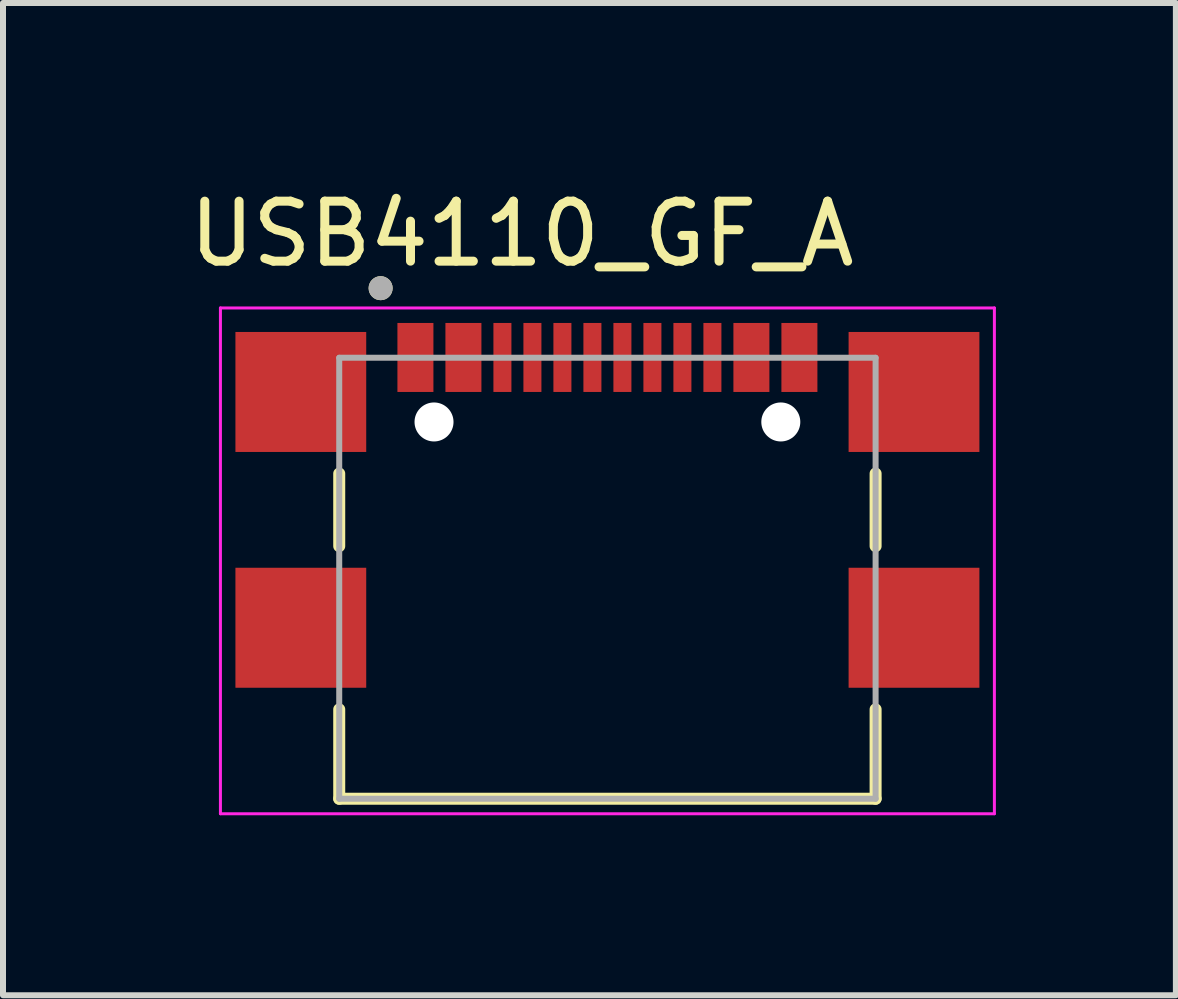
<source format=kicad_pcb>
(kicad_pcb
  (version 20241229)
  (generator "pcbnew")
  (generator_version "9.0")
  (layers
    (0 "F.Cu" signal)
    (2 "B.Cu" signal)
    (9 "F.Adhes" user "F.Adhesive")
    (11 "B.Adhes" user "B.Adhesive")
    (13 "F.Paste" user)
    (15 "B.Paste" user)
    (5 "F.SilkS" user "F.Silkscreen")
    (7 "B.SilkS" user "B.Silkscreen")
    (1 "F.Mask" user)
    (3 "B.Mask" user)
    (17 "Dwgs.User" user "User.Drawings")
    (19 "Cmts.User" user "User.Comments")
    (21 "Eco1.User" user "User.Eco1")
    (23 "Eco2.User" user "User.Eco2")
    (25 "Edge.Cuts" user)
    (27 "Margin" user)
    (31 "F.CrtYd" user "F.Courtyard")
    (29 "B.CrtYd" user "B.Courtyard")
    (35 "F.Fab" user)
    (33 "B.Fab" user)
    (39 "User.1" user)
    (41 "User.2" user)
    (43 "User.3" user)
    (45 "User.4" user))
  (footprint "USB4110_GF_A"
    (layer "F.Cu")
    (at 7.074 3.983)
    (property "Reference" "USB4110_GF_A" (at -1.425 -3.135 0) (layer "F.SilkS") (effects (font (size 1 1) (thickness 0.15))))
    (attr smd)
    (fp_line (start -4.47 0.86) (end -4.47 2.07) (stroke (width 0.2) (type solid)) (layer "F.SilkS"))
    (fp_line (start -4.47 4.79) (end -4.47 6.28) (stroke (width 0.2) (type solid)) (layer "F.SilkS"))
    (fp_line (start -4.47 6.28) (end 4.47 6.28) (stroke (width 0.2) (type solid)) (layer "F.SilkS"))
    (fp_line (start 4.47 0.86) (end 4.47 2.07) (stroke (width 0.2) (type solid)) (layer "F.SilkS"))
    (fp_line (start 4.47 6.28) (end 4.47 4.79) (stroke (width 0.2) (type solid)) (layer "F.SilkS"))
    (fp_circle (center -3.78 -2.23) (end -3.68 -2.23) (stroke (width 0.2) (type solid)) (fill no) (layer "F.SilkS"))
    (fp_line (start -6.45 -1.9) (end 6.45 -1.9) (stroke (width 0.05) (type solid)) (layer "F.CrtYd"))
    (fp_line (start -6.45 6.53) (end -6.45 -1.9) (stroke (width 0.05) (type solid)) (layer "F.CrtYd"))
    (fp_line (start 6.45 -1.9) (end 6.45 6.53) (stroke (width 0.05) (type solid)) (layer "F.CrtYd"))
    (fp_line (start 6.45 6.53) (end -6.45 6.53) (stroke (width 0.05) (type solid)) (layer "F.CrtYd"))
    (fp_line (start -4.47 -1.07) (end -4.47 6.28) (stroke (width 0.1) (type solid)) (layer "F.Fab"))
    (fp_line (start -4.47 6.28) (end 4.47 6.28) (stroke (width 0.1) (type solid)) (layer "F.Fab"))
    (fp_line (start 4.47 -1.07) (end -4.47 -1.07) (stroke (width 0.1) (type solid)) (layer "F.Fab"))
    (fp_line (start 4.47 6.28) (end 4.47 -1.07) (stroke (width 0.1) (type solid)) (layer "F.Fab"))
    (fp_circle (center -3.78 -2.23) (end -3.68 -2.23) (stroke (width 0.2) (type solid)) (fill no) (layer "F.Fab"))
    (pad "" np_thru_hole circle (at -2.89 0) (size 0.65 0.65) (drill 0.65) (layers "*.Cu" "*.Mask"))
    (pad "" np_thru_hole circle (at 2.89 0) (size 0.65 0.65) (drill 0.65) (layers "*.Cu" "*.Mask"))
    (pad "A1/B12" smd rect (at -3.2 -1.075) (size 0.6 1.15) (layers "F.Cu" "F.Mask" "F.Paste"))
    (pad "A4/B9" smd rect (at -2.4 -1.075) (size 0.6 1.15) (layers "F.Cu" "F.Mask" "F.Paste"))
    (pad "A5" smd rect (at -1.25 -1.075) (size 0.3 1.15) (layers "F.Cu" "F.Mask" "F.Paste"))
    (pad "A6" smd rect (at -0.25 -1.075) (size 0.3 1.15) (layers "F.Cu" "F.Mask" "F.Paste"))
    (pad "A7" smd rect (at 0.25 -1.075) (size 0.3 1.15) (layers "F.Cu" "F.Mask" "F.Paste"))
    (pad "A8" smd rect (at 1.25 -1.075) (size 0.3 1.15) (layers "F.Cu" "F.Mask" "F.Paste"))
    (pad "B1/A12" smd rect (at 3.2 -1.075) (size 0.6 1.15) (layers "F.Cu" "F.Mask" "F.Paste"))
    (pad "B4/A9" smd rect (at 2.4 -1.075) (size 0.6 1.15) (layers "F.Cu" "F.Mask" "F.Paste"))
    (pad "B5" smd rect (at 1.75 -1.075) (size 0.3 1.15) (layers "F.Cu" "F.Mask" "F.Paste"))
    (pad "B6" smd rect (at 0.75 -1.075) (size 0.3 1.15) (layers "F.Cu" "F.Mask" "F.Paste"))
    (pad "B7" smd rect (at -0.75 -1.075) (size 0.3 1.15) (layers "F.Cu" "F.Mask" "F.Paste"))
    (pad "B8" smd rect (at -1.75 -1.075) (size 0.3 1.15) (layers "F.Cu" "F.Mask" "F.Paste"))
    (pad "S1" smd rect (at -5.11 -0.5) (size 2.18 2) (layers "F.Cu" "F.Mask" "F.Paste"))
    (pad "S2" smd rect (at 5.11 -0.5) (size 2.18 2) (layers "F.Cu" "F.Mask" "F.Paste"))
    (pad "S3" smd rect (at -5.11 3.43) (size 2.18 2) (layers "F.Cu" "F.Mask" "F.Paste"))
    (pad "S4" smd rect (at 5.11 3.43) (size 2.18 2) (layers "F.Cu" "F.Mask" "F.Paste")))
  (gr_rect
    (start -3 -3)
    (end 16.549 13.538)
    (stroke (width 0.1) (type default))
    (fill no)
    (layer "Edge.Cuts")))
</source>
